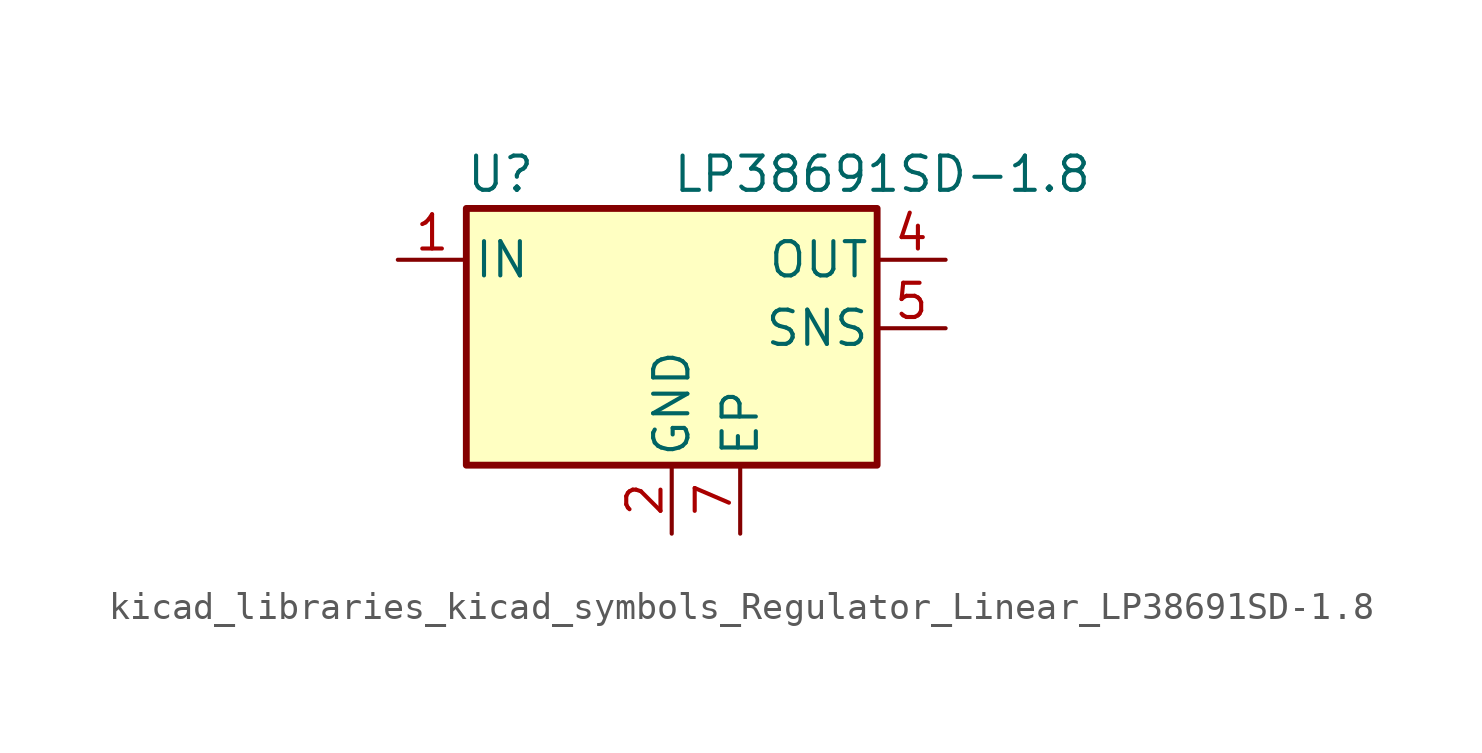
<source format=kicad_sym>
(kicad_symbol_lib
  (version 20220914)
  (generator kicad_symbol_editor)
  (symbol "kicad_libraries_kicad_symbols_Regulator_Linear_LP38691SD-1.8"
    (pin_names
      (offset 0.254))
    (property "Reference" "U"
      (at -6.35 5.715 0)
      (effects (font (size 1.27 1.27))))
    (property "Value" "LP38691SD-1.8"
      (at 0 5.715 0)
      (effects (font (size 1.27 1.27)) (justify left)))
    (symbol "kicad_libraries_kicad_symbols_Regulator_Linear_LP38691SD-1.8_0_1"
      (rectangle (start -7.62 -5.08) (end 7.62 4.445) (stroke (width 0.254) (type default)) (fill (type background))))
    (symbol "kicad_libraries_kicad_symbols_Regulator_Linear_LP38691SD-1.8_1_1"
      (pin power_in line (at -10.16 2.54 0) (length 2.54) (name "IN" (effects (font (size 1.27 1.27)))) (number "1" (effects (font (size 1.27 1.27)))))
      (pin power_in line (at 0 -7.62 90) (length 2.54) (name "GND" (effects (font (size 1.27 1.27)))) (number "2" (effects (font (size 1.27 1.27)))))
      (pin no_connect line (at -7.62 0 0) (length 2.54) hide (name "NC" (effects (font (size 1.27 1.27)))) (number "3" (effects (font (size 1.27 1.27)))))
      (pin power_out line (at 10.16 2.54 180) (length 2.54) (name "OUT" (effects (font (size 1.27 1.27)))) (number "4" (effects (font (size 1.27 1.27)))))
      (pin input line (at 10.16 0 180) (length 2.54) (name "SNS" (effects (font (size 1.27 1.27)))) (number "5" (effects (font (size 1.27 1.27)))))
      (pin passive line (at -10.16 2.54 0) (length 2.54) hide (name "IN" (effects (font (size 1.27 1.27)))) (number "6" (effects (font (size 1.27 1.27)))))
      (pin passive line (at 2.54 -7.62 90) (length 2.54) (name "EP" (effects (font (size 1.27 1.27)))) (number "7" (effects (font (size 1.27 1.27))))))))
</source>
